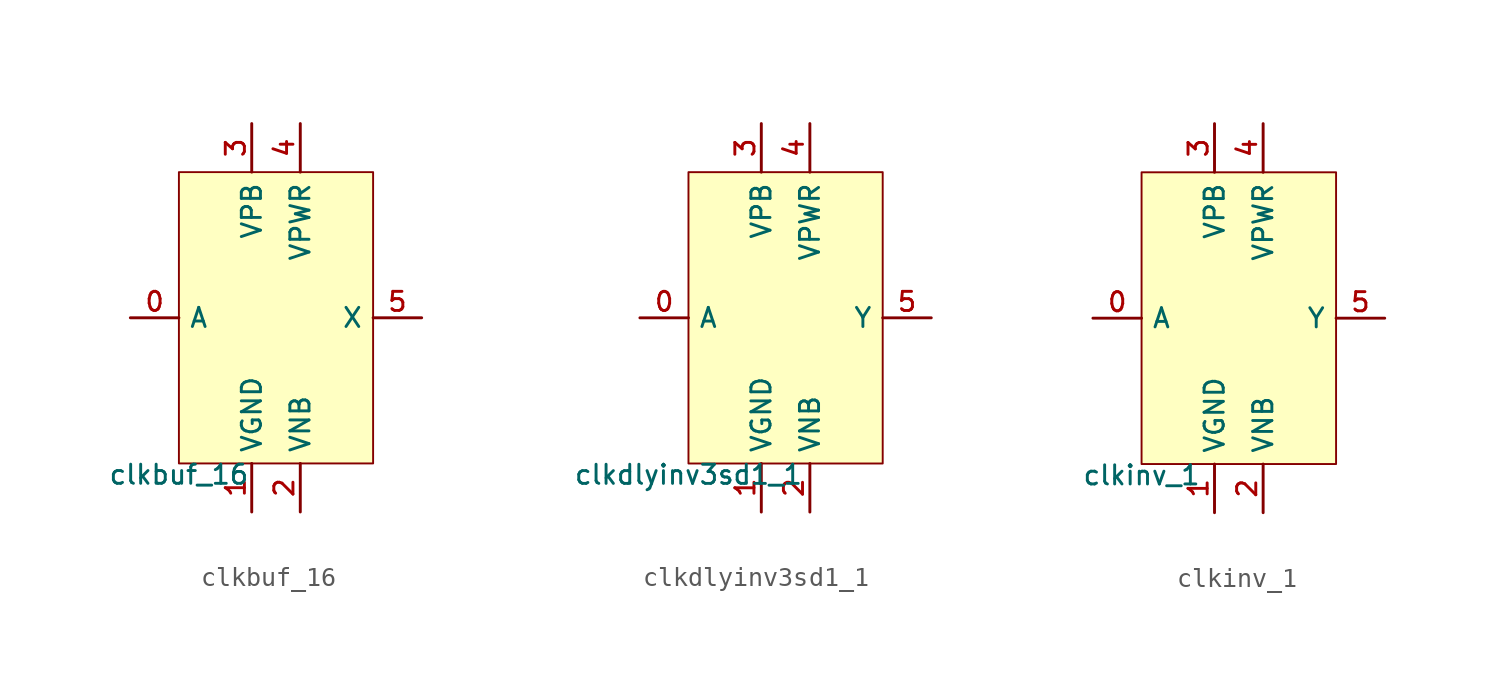
<source format=kicad_sym>
(kicad_symbol_lib
  (version 20211014)
  (generator lef2kicad_sym)
  (symbol "clkbuf_16"
    (property "Reference" "CELL"
      (at 0 0 0)
      (effects (font (size 1 1)) hide))
    (property "Value" "clkbuf_16"
      (at -5.08 -7.62 0)
      (effects (font (size 1 1)) (justify top)))
    (rectangle
      (start -5.08 -7.62)
      (end 5.08 7.62)
      (stroke (width 0.1) (type solid) (color 0 0 0 0))
      (fill (type background)))
    (pin input line
      (at -7.62 0.0 0)
      (length 2.54)
      (name "A" (effects (font (size 1 1)) hide))
      (number "0" (effects (font (size 1 1)) hide)))
    (pin power_in line
      (at -1.27 -10.16 90)
      (length 2.54)
      (name "VGND" (effects (font (size 1 1)) hide))
      (number "1" (effects (font (size 1 1)) hide)))
    (pin power_in line
      (at 1.27 -10.16 90)
      (length 2.54)
      (name "VNB" (effects (font (size 1 1)) hide))
      (number "2" (effects (font (size 1 1)) hide)))
    (pin power_in line
      (at -1.27 10.16 270)
      (length 2.54)
      (name "VPB" (effects (font (size 1 1)) hide))
      (number "3" (effects (font (size 1 1)) hide)))
    (pin power_in line
      (at 1.27 10.16 270)
      (length 2.54)
      (name "VPWR" (effects (font (size 1 1)) hide))
      (number "4" (effects (font (size 1 1)) hide)))
    (pin output line
      (at 7.62 0.0 180)
      (length 2.54)
      (name "X" (effects (font (size 1 1)) hide))
      (number "5" (effects (font (size 1 1)) hide))))
  (symbol "clkdlyinv3sd1_1"
    (property "Reference" "CELL"
      (at 0 0 0)
      (effects (font (size 1 1)) hide))
    (property "Value" "clkdlyinv3sd1_1"
      (at -5.08 -7.62 0)
      (effects (font (size 1 1)) (justify top)))
    (rectangle
      (start -5.08 -7.62)
      (end 5.08 7.62)
      (stroke (width 0.1) (type solid) (color 0 0 0 0))
      (fill (type background)))
    (pin input line
      (at -7.62 0.0 0)
      (length 2.54)
      (name "A" (effects (font (size 1 1)) hide))
      (number "0" (effects (font (size 1 1)) hide)))
    (pin power_in line
      (at -1.27 -10.16 90)
      (length 2.54)
      (name "VGND" (effects (font (size 1 1)) hide))
      (number "1" (effects (font (size 1 1)) hide)))
    (pin power_in line
      (at 1.27 -10.16 90)
      (length 2.54)
      (name "VNB" (effects (font (size 1 1)) hide))
      (number "2" (effects (font (size 1 1)) hide)))
    (pin power_in line
      (at -1.27 10.16 270)
      (length 2.54)
      (name "VPB" (effects (font (size 1 1)) hide))
      (number "3" (effects (font (size 1 1)) hide)))
    (pin power_in line
      (at 1.27 10.16 270)
      (length 2.54)
      (name "VPWR" (effects (font (size 1 1)) hide))
      (number "4" (effects (font (size 1 1)) hide)))
    (pin output line
      (at 7.62 0.0 180)
      (length 2.54)
      (name "Y" (effects (font (size 1 1)) hide))
      (number "5" (effects (font (size 1 1)) hide))))
  (symbol "clkinv_1"
    (property "Reference" "CELL"
      (at 0 0 0)
      (effects (font (size 1 1)) hide))
    (property "Value" "clkinv_1"
      (at -5.08 -7.62 0)
      (effects (font (size 1 1)) (justify top)))
    (rectangle
      (start -5.08 -7.62)
      (end 5.08 7.62)
      (stroke (width 0.1) (type solid) (color 0 0 0 0))
      (fill (type background)))
    (pin input line
      (at -7.62 0.0 0)
      (length 2.54)
      (name "A" (effects (font (size 1 1)) hide))
      (number "0" (effects (font (size 1 1)) hide)))
    (pin power_in line
      (at -1.27 -10.16 90)
      (length 2.54)
      (name "VGND" (effects (font (size 1 1)) hide))
      (number "1" (effects (font (size 1 1)) hide)))
    (pin power_in line
      (at 1.27 -10.16 90)
      (length 2.54)
      (name "VNB" (effects (font (size 1 1)) hide))
      (number "2" (effects (font (size 1 1)) hide)))
    (pin power_in line
      (at -1.27 10.16 270)
      (length 2.54)
      (name "VPB" (effects (font (size 1 1)) hide))
      (number "3" (effects (font (size 1 1)) hide)))
    (pin power_in line
      (at 1.27 10.16 270)
      (length 2.54)
      (name "VPWR" (effects (font (size 1 1)) hide))
      (number "4" (effects (font (size 1 1)) hide)))
    (pin output line
      (at 7.62 0.0 180)
      (length 2.54)
      (name "Y" (effects (font (size 1 1)) hide))
      (number "5" (effects (font (size 1 1)) hide)))))
</source>
